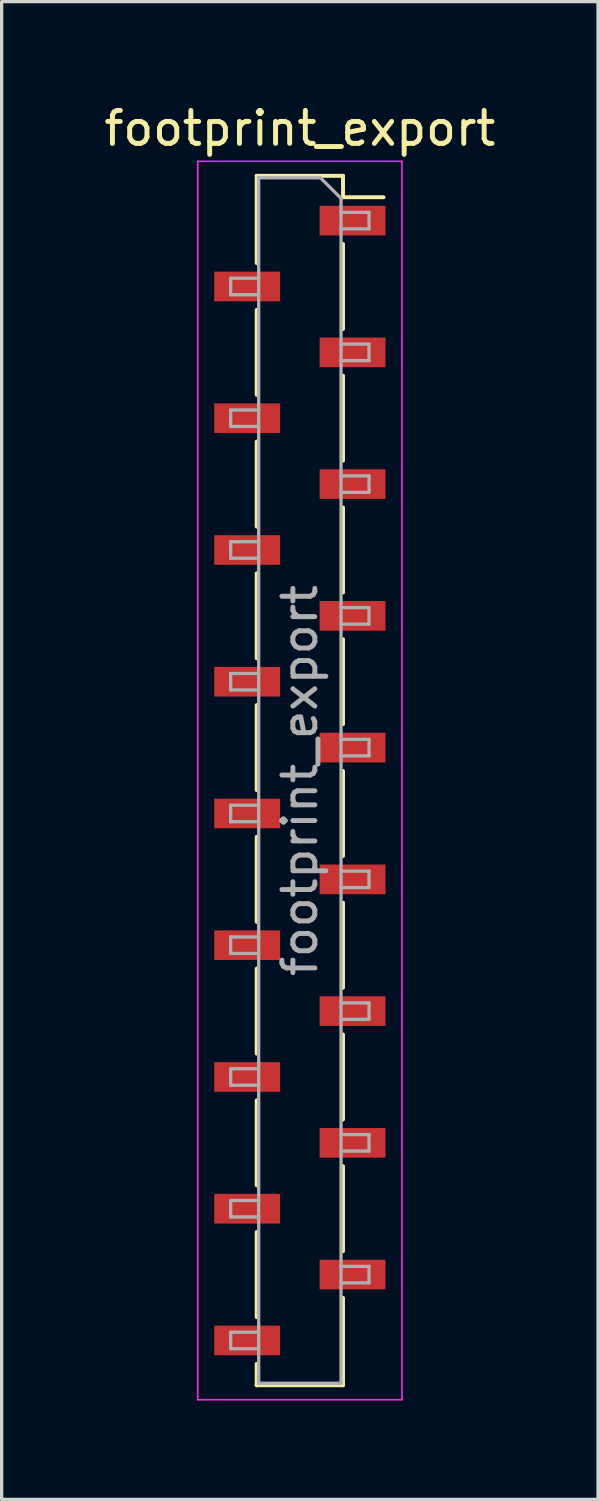
<source format=kicad_pcb>
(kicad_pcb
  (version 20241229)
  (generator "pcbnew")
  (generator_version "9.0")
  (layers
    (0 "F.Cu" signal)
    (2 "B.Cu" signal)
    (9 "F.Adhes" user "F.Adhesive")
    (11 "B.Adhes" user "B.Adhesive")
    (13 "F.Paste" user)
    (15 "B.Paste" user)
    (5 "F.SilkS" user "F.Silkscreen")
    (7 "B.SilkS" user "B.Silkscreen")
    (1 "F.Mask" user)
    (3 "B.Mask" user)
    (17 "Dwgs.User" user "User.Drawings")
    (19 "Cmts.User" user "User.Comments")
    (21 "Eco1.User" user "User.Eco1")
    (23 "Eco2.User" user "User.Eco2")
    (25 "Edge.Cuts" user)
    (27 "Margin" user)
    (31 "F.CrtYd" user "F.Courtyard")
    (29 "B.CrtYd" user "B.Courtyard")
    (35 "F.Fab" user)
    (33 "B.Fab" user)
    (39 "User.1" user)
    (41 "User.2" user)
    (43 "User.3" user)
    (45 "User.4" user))
  (footprint "footprint_export"
    (layer "F.Cu")
    (at 6.054 20.648)
    (property "Reference" "footprint_export" (at 0 -19.8 0) (layer "F.SilkS") (effects (font (size 1 1) (thickness 0.15))))
    (attr smd)
    (fp_line (start -1.31 -18.36) (end -1.31 -15.71) (stroke (width 0.12) (type solid)) (layer "F.SilkS"))
    (fp_line (start -1.31 -18.36) (end 1.31 -18.36) (stroke (width 0.12) (type solid)) (layer "F.SilkS"))
    (fp_line (start -1.31 -14.29) (end -1.31 -11.71) (stroke (width 0.12) (type solid)) (layer "F.SilkS"))
    (fp_line (start -1.31 -10.29) (end -1.31 -7.71) (stroke (width 0.12) (type solid)) (layer "F.SilkS"))
    (fp_line (start -1.31 -6.29) (end -1.31 -3.71) (stroke (width 0.12) (type solid)) (layer "F.SilkS"))
    (fp_line (start -1.31 -2.29) (end -1.31 0.29) (stroke (width 0.12) (type solid)) (layer "F.SilkS"))
    (fp_line (start -1.31 1.71) (end -1.31 4.29) (stroke (width 0.12) (type solid)) (layer "F.SilkS"))
    (fp_line (start -1.31 5.71) (end -1.31 8.29) (stroke (width 0.12) (type solid)) (layer "F.SilkS"))
    (fp_line (start -1.31 9.71) (end -1.31 12.29) (stroke (width 0.12) (type solid)) (layer "F.SilkS"))
    (fp_line (start -1.31 13.71) (end -1.31 16.29) (stroke (width 0.12) (type solid)) (layer "F.SilkS"))
    (fp_line (start -1.31 17.71) (end -1.31 18.36) (stroke (width 0.12) (type solid)) (layer "F.SilkS"))
    (fp_line (start -1.31 18.36) (end 1.31 18.36) (stroke (width 0.12) (type solid)) (layer "F.SilkS"))
    (fp_line (start 1.31 -18.36) (end 1.31 -17.71) (stroke (width 0.12) (type solid)) (layer "F.SilkS"))
    (fp_line (start 1.31 -17.71) (end 2.54 -17.71) (stroke (width 0.12) (type solid)) (layer "F.SilkS"))
    (fp_line (start 1.31 -16.29) (end 1.31 -13.71) (stroke (width 0.12) (type solid)) (layer "F.SilkS"))
    (fp_line (start 1.31 -12.29) (end 1.31 -9.71) (stroke (width 0.12) (type solid)) (layer "F.SilkS"))
    (fp_line (start 1.31 -8.29) (end 1.31 -5.71) (stroke (width 0.12) (type solid)) (layer "F.SilkS"))
    (fp_line (start 1.31 -4.29) (end 1.31 -1.71) (stroke (width 0.12) (type solid)) (layer "F.SilkS"))
    (fp_line (start 1.31 -0.29) (end 1.31 2.29) (stroke (width 0.12) (type solid)) (layer "F.SilkS"))
    (fp_line (start 1.31 3.71) (end 1.31 6.29) (stroke (width 0.12) (type solid)) (layer "F.SilkS"))
    (fp_line (start 1.31 7.71) (end 1.31 10.29) (stroke (width 0.12) (type solid)) (layer "F.SilkS"))
    (fp_line (start 1.31 11.71) (end 1.31 14.29) (stroke (width 0.12) (type solid)) (layer "F.SilkS"))
    (fp_line (start 1.31 15.71) (end 1.31 18.36) (stroke (width 0.12) (type solid)) (layer "F.SilkS"))
    (fp_line (start -3.1 -18.8) (end 3.1 -18.8) (stroke (width 0.05) (type solid)) (layer "F.CrtYd"))
    (fp_line (start -3.1 18.8) (end -3.1 -18.8) (stroke (width 0.05) (type solid)) (layer "F.CrtYd"))
    (fp_line (start 3.1 -18.8) (end 3.1 18.8) (stroke (width 0.05) (type solid)) (layer "F.CrtYd"))
    (fp_line (start 3.1 18.8) (end -3.1 18.8) (stroke (width 0.05) (type solid)) (layer "F.CrtYd"))
    (fp_line (start -2.1 -15.25) (end -1.25 -15.25) (stroke (width 0.1) (type solid)) (layer "F.Fab"))
    (fp_line (start -2.1 -14.75) (end -2.1 -15.25) (stroke (width 0.1) (type solid)) (layer "F.Fab"))
    (fp_line (start -2.1 -11.25) (end -1.25 -11.25) (stroke (width 0.1) (type solid)) (layer "F.Fab"))
    (fp_line (start -2.1 -10.75) (end -2.1 -11.25) (stroke (width 0.1) (type solid)) (layer "F.Fab"))
    (fp_line (start -2.1 -7.25) (end -1.25 -7.25) (stroke (width 0.1) (type solid)) (layer "F.Fab"))
    (fp_line (start -2.1 -6.75) (end -2.1 -7.25) (stroke (width 0.1) (type solid)) (layer "F.Fab"))
    (fp_line (start -2.1 -3.25) (end -1.25 -3.25) (stroke (width 0.1) (type solid)) (layer "F.Fab"))
    (fp_line (start -2.1 -2.75) (end -2.1 -3.25) (stroke (width 0.1) (type solid)) (layer "F.Fab"))
    (fp_line (start -2.1 0.75) (end -1.25 0.75) (stroke (width 0.1) (type solid)) (layer "F.Fab"))
    (fp_line (start -2.1 1.25) (end -2.1 0.75) (stroke (width 0.1) (type solid)) (layer "F.Fab"))
    (fp_line (start -2.1 4.75) (end -1.25 4.75) (stroke (width 0.1) (type solid)) (layer "F.Fab"))
    (fp_line (start -2.1 5.25) (end -2.1 4.75) (stroke (width 0.1) (type solid)) (layer "F.Fab"))
    (fp_line (start -2.1 8.75) (end -1.25 8.75) (stroke (width 0.1) (type solid)) (layer "F.Fab"))
    (fp_line (start -2.1 9.25) (end -2.1 8.75) (stroke (width 0.1) (type solid)) (layer "F.Fab"))
    (fp_line (start -2.1 12.75) (end -1.25 12.75) (stroke (width 0.1) (type solid)) (layer "F.Fab"))
    (fp_line (start -2.1 13.25) (end -2.1 12.75) (stroke (width 0.1) (type solid)) (layer "F.Fab"))
    (fp_line (start -2.1 16.75) (end -1.25 16.75) (stroke (width 0.1) (type solid)) (layer "F.Fab"))
    (fp_line (start -2.1 17.25) (end -2.1 16.75) (stroke (width 0.1) (type solid)) (layer "F.Fab"))
    (fp_line (start -1.25 -18.3) (end 0.625 -18.3) (stroke (width 0.1) (type solid)) (layer "F.Fab"))
    (fp_line (start -1.25 -14.75) (end -2.1 -14.75) (stroke (width 0.1) (type solid)) (layer "F.Fab"))
    (fp_line (start -1.25 -10.75) (end -2.1 -10.75) (stroke (width 0.1) (type solid)) (layer "F.Fab"))
    (fp_line (start -1.25 -6.75) (end -2.1 -6.75) (stroke (width 0.1) (type solid)) (layer "F.Fab"))
    (fp_line (start -1.25 -2.75) (end -2.1 -2.75) (stroke (width 0.1) (type solid)) (layer "F.Fab"))
    (fp_line (start -1.25 1.25) (end -2.1 1.25) (stroke (width 0.1) (type solid)) (layer "F.Fab"))
    (fp_line (start -1.25 5.25) (end -2.1 5.25) (stroke (width 0.1) (type solid)) (layer "F.Fab"))
    (fp_line (start -1.25 9.25) (end -2.1 9.25) (stroke (width 0.1) (type solid)) (layer "F.Fab"))
    (fp_line (start -1.25 13.25) (end -2.1 13.25) (stroke (width 0.1) (type solid)) (layer "F.Fab"))
    (fp_line (start -1.25 17.25) (end -2.1 17.25) (stroke (width 0.1) (type solid)) (layer "F.Fab"))
    (fp_line (start -1.25 18.3) (end -1.25 -18.3) (stroke (width 0.1) (type solid)) (layer "F.Fab"))
    (fp_line (start 0.625 -18.3) (end 1.25 -17.675) (stroke (width 0.1) (type solid)) (layer "F.Fab"))
    (fp_line (start 1.25 -17.675) (end 1.25 18.3) (stroke (width 0.1) (type solid)) (layer "F.Fab"))
    (fp_line (start 1.25 -17.25) (end 2.1 -17.25) (stroke (width 0.1) (type solid)) (layer "F.Fab"))
    (fp_line (start 1.25 -13.25) (end 2.1 -13.25) (stroke (width 0.1) (type solid)) (layer "F.Fab"))
    (fp_line (start 1.25 -9.25) (end 2.1 -9.25) (stroke (width 0.1) (type solid)) (layer "F.Fab"))
    (fp_line (start 1.25 -5.25) (end 2.1 -5.25) (stroke (width 0.1) (type solid)) (layer "F.Fab"))
    (fp_line (start 1.25 -1.25) (end 2.1 -1.25) (stroke (width 0.1) (type solid)) (layer "F.Fab"))
    (fp_line (start 1.25 2.75) (end 2.1 2.75) (stroke (width 0.1) (type solid)) (layer "F.Fab"))
    (fp_line (start 1.25 6.75) (end 2.1 6.75) (stroke (width 0.1) (type solid)) (layer "F.Fab"))
    (fp_line (start 1.25 10.75) (end 2.1 10.75) (stroke (width 0.1) (type solid)) (layer "F.Fab"))
    (fp_line (start 1.25 14.75) (end 2.1 14.75) (stroke (width 0.1) (type solid)) (layer "F.Fab"))
    (fp_line (start 1.25 18.3) (end -1.25 18.3) (stroke (width 0.1) (type solid)) (layer "F.Fab"))
    (fp_line (start 2.1 -17.25) (end 2.1 -16.75) (stroke (width 0.1) (type solid)) (layer "F.Fab"))
    (fp_line (start 2.1 -16.75) (end 1.25 -16.75) (stroke (width 0.1) (type solid)) (layer "F.Fab"))
    (fp_line (start 2.1 -13.25) (end 2.1 -12.75) (stroke (width 0.1) (type solid)) (layer "F.Fab"))
    (fp_line (start 2.1 -12.75) (end 1.25 -12.75) (stroke (width 0.1) (type solid)) (layer "F.Fab"))
    (fp_line (start 2.1 -9.25) (end 2.1 -8.75) (stroke (width 0.1) (type solid)) (layer "F.Fab"))
    (fp_line (start 2.1 -8.75) (end 1.25 -8.75) (stroke (width 0.1) (type solid)) (layer "F.Fab"))
    (fp_line (start 2.1 -5.25) (end 2.1 -4.75) (stroke (width 0.1) (type solid)) (layer "F.Fab"))
    (fp_line (start 2.1 -4.75) (end 1.25 -4.75) (stroke (width 0.1) (type solid)) (layer "F.Fab"))
    (fp_line (start 2.1 -1.25) (end 2.1 -0.75) (stroke (width 0.1) (type solid)) (layer "F.Fab"))
    (fp_line (start 2.1 -0.75) (end 1.25 -0.75) (stroke (width 0.1) (type solid)) (layer "F.Fab"))
    (fp_line (start 2.1 2.75) (end 2.1 3.25) (stroke (width 0.1) (type solid)) (layer "F.Fab"))
    (fp_line (start 2.1 3.25) (end 1.25 3.25) (stroke (width 0.1) (type solid)) (layer "F.Fab"))
    (fp_line (start 2.1 6.75) (end 2.1 7.25) (stroke (width 0.1) (type solid)) (layer "F.Fab"))
    (fp_line (start 2.1 7.25) (end 1.25 7.25) (stroke (width 0.1) (type solid)) (layer "F.Fab"))
    (fp_line (start 2.1 10.75) (end 2.1 11.25) (stroke (width 0.1) (type solid)) (layer "F.Fab"))
    (fp_line (start 2.1 11.25) (end 1.25 11.25) (stroke (width 0.1) (type solid)) (layer "F.Fab"))
    (fp_line (start 2.1 14.75) (end 2.1 15.25) (stroke (width 0.1) (type solid)) (layer "F.Fab"))
    (fp_line (start 2.1 15.25) (end 1.25 15.25) (stroke (width 0.1) (type solid)) (layer "F.Fab"))
    (fp_text user "${REFERENCE}" (at 0 0 90) (layer "F.Fab") (effects (font (size 1 1) (thickness 0.15))))
    (pad "1" smd rect (at 1.6 -17) (size 2 0.9) (layers "F.Cu" "F.Mask" "F.Paste"))
    (pad "2" smd rect (at -1.6 -15) (size 2 0.9) (layers "F.Cu" "F.Mask" "F.Paste"))
    (pad "3" smd rect (at 1.6 -13) (size 2 0.9) (layers "F.Cu" "F.Mask" "F.Paste"))
    (pad "4" smd rect (at -1.6 -11) (size 2 0.9) (layers "F.Cu" "F.Mask" "F.Paste"))
    (pad "5" smd rect (at 1.6 -9) (size 2 0.9) (layers "F.Cu" "F.Mask" "F.Paste"))
    (pad "6" smd rect (at -1.6 -7) (size 2 0.9) (layers "F.Cu" "F.Mask" "F.Paste"))
    (pad "7" smd rect (at 1.6 -5) (size 2 0.9) (layers "F.Cu" "F.Mask" "F.Paste"))
    (pad "8" smd rect (at -1.6 -3) (size 2 0.9) (layers "F.Cu" "F.Mask" "F.Paste"))
    (pad "9" smd rect (at 1.6 -1) (size 2 0.9) (layers "F.Cu" "F.Mask" "F.Paste"))
    (pad "10" smd rect (at -1.6 1) (size 2 0.9) (layers "F.Cu" "F.Mask" "F.Paste"))
    (pad "11" smd rect (at 1.6 3) (size 2 0.9) (layers "F.Cu" "F.Mask" "F.Paste"))
    (pad "12" smd rect (at -1.6 5) (size 2 0.9) (layers "F.Cu" "F.Mask" "F.Paste"))
    (pad "13" smd rect (at 1.6 7) (size 2 0.9) (layers "F.Cu" "F.Mask" "F.Paste"))
    (pad "14" smd rect (at -1.6 9) (size 2 0.9) (layers "F.Cu" "F.Mask" "F.Paste"))
    (pad "15" smd rect (at 1.6 11) (size 2 0.9) (layers "F.Cu" "F.Mask" "F.Paste"))
    (pad "16" smd rect (at -1.6 13) (size 2 0.9) (layers "F.Cu" "F.Mask" "F.Paste"))
    (pad "17" smd rect (at 1.6 15) (size 2 0.9) (layers "F.Cu" "F.Mask" "F.Paste"))
    (pad "18" smd rect (at -1.6 17) (size 2 0.9) (layers "F.Cu" "F.Mask" "F.Paste")))
  (gr_rect
    (start -3 -3)
    (end 15.107 42.473)
    (stroke (width 0.1) (type default))
    (fill no)
    (layer "Edge.Cuts")))
</source>
